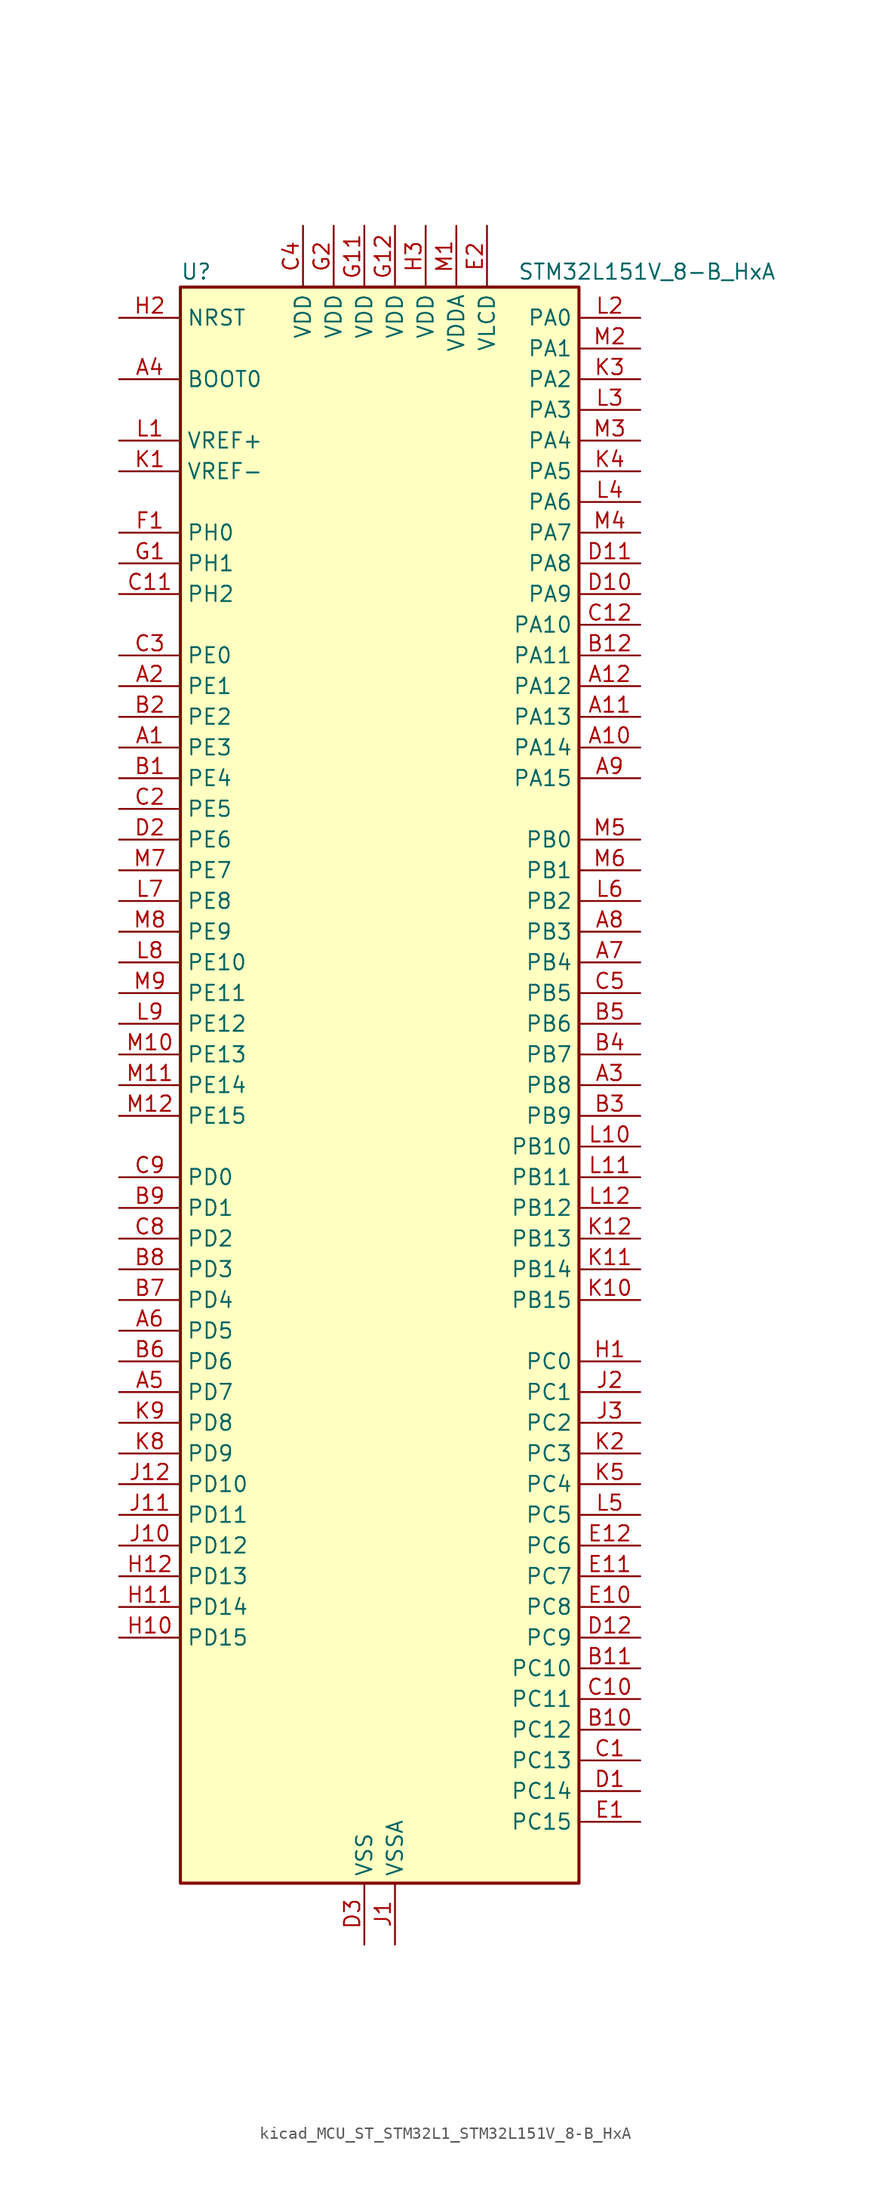
<source format=kicad_sym>
(kicad_symbol_lib
  (version 20220914)
  (generator kicad_symbol_editor)
  (symbol "kicad_MCU_ST_STM32L1_STM32L151V_8-B_HxA"
    (property "Reference" "U"
      (at -15.24 67.31 0)
      (effects (font (size 1.27 1.27)) (justify left)))
    (property "Value" "STM32L151V_8-B_HxA"
      (at 12.7 67.31 0)
      (effects (font (size 1.27 1.27)) (justify left)))
    (property "ki_locked" ""
      (at 0 0 0)
      (effects (font (size 1.27 1.27))))
    (symbol "kicad_MCU_ST_STM32L1_STM32L151V_8-B_HxA_0_1"
      (rectangle (start -15.24 -66.04) (end 17.78 66.04) (stroke (width 0.254) (type default)) (fill (type background))))
    (symbol "kicad_MCU_ST_STM32L1_STM32L151V_8-B_HxA_1_1"
      (pin bidirectional line (at -20.32 27.94 0) (length 5.08) (name "PE3" (effects (font (size 1.27 1.27)))) (number "A1" (effects (font (size 1.27 1.27)))) (alternate "SYS_TRACED0" bidirectional line) (alternate "TIM3_CH1" bidirectional line) (alternate "TIMX_IC4" bidirectional line))
      (pin bidirectional line (at 22.86 27.94 180) (length 5.08) (name "PA14" (effects (font (size 1.27 1.27)))) (number "A10" (effects (font (size 1.27 1.27)))) (alternate "SYS_JTCK-SWCLK" bidirectional line) (alternate "TIMX_IC3" bidirectional line) (alternate "TS_G5_IO2" bidirectional line))
      (pin bidirectional line (at 22.86 30.48 180) (length 5.08) (name "PA13" (effects (font (size 1.27 1.27)))) (number "A11" (effects (font (size 1.27 1.27)))) (alternate "SYS_JTMS-SWDIO" bidirectional line) (alternate "TIMX_IC2" bidirectional line) (alternate "TS_G5_IO1" bidirectional line))
      (pin bidirectional line (at 22.86 33.02 180) (length 5.08) (name "PA12" (effects (font (size 1.27 1.27)))) (number "A12" (effects (font (size 1.27 1.27)))) (alternate "SPI1_MOSI" bidirectional line) (alternate "TIMX_IC1" bidirectional line) (alternate "USART1_RTS" bidirectional line) (alternate "USB_DP" bidirectional line))
      (pin bidirectional line (at -20.32 33.02 0) (length 5.08) (name "PE1" (effects (font (size 1.27 1.27)))) (number "A2" (effects (font (size 1.27 1.27)))) (alternate "TIM11_CH1" bidirectional line) (alternate "TIMX_IC2" bidirectional line))
      (pin bidirectional line (at 22.86 0 180) (length 5.08) (name "PB8" (effects (font (size 1.27 1.27)))) (number "A3" (effects (font (size 1.27 1.27)))) (alternate "I2C1_SCL" bidirectional line) (alternate "TIM10_CH1" bidirectional line) (alternate "TIM4_CH3" bidirectional line))
      (pin input line (at -20.32 58.42 0) (length 5.08) (name "BOOT0" (effects (font (size 1.27 1.27)))) (number "A4" (effects (font (size 1.27 1.27)))))
      (pin bidirectional line (at -20.32 -25.4 0) (length 5.08) (name "PD7" (effects (font (size 1.27 1.27)))) (number "A5" (effects (font (size 1.27 1.27)))) (alternate "TIM9_CH2" bidirectional line) (alternate "TIMX_IC4" bidirectional line) (alternate "USART2_CK" bidirectional line))
      (pin bidirectional line (at -20.32 -20.32 0) (length 5.08) (name "PD5" (effects (font (size 1.27 1.27)))) (number "A6" (effects (font (size 1.27 1.27)))) (alternate "TIMX_IC2" bidirectional line) (alternate "USART2_TX" bidirectional line))
      (pin bidirectional line (at 22.86 10.16 180) (length 5.08) (name "PB4" (effects (font (size 1.27 1.27)))) (number "A7" (effects (font (size 1.27 1.27)))) (alternate "COMP2_INP" bidirectional line) (alternate "SPI1_MISO" bidirectional line) (alternate "SYS_JTRST" bidirectional line) (alternate "TIM3_CH1" bidirectional line) (alternate "TS_G6_IO1" bidirectional line))
      (pin bidirectional line (at 22.86 12.7 180) (length 5.08) (name "PB3" (effects (font (size 1.27 1.27)))) (number "A8" (effects (font (size 1.27 1.27)))) (alternate "COMP2_INM" bidirectional line) (alternate "SPI1_SCK" bidirectional line) (alternate "SYS_JTDO-TRACESWO" bidirectional line) (alternate "TIM2_CH2" bidirectional line))
      (pin bidirectional line (at 22.86 25.4 180) (length 5.08) (name "PA15" (effects (font (size 1.27 1.27)))) (number "A9" (effects (font (size 1.27 1.27)))) (alternate "ADC_EXTI15" bidirectional line) (alternate "SPI1_NSS" bidirectional line) (alternate "SYS_JTDI" bidirectional line) (alternate "TIM2_CH1" bidirectional line) (alternate "TIM2_ETR" bidirectional line) (alternate "TIMX_IC4" bidirectional line) (alternate "TS_G5_IO3" bidirectional line))
      (pin bidirectional line (at -20.32 25.4 0) (length 5.08) (name "PE4" (effects (font (size 1.27 1.27)))) (number "B1" (effects (font (size 1.27 1.27)))) (alternate "SYS_TRACED1" bidirectional line) (alternate "TIM3_CH2" bidirectional line) (alternate "TIMX_IC1" bidirectional line))
      (pin bidirectional line (at 22.86 -53.34 180) (length 5.08) (name "PC12" (effects (font (size 1.27 1.27)))) (number "B10" (effects (font (size 1.27 1.27)))) (alternate "TIMX_IC1" bidirectional line) (alternate "USART3_CK" bidirectional line))
      (pin bidirectional line (at 22.86 -48.26 180) (length 5.08) (name "PC10" (effects (font (size 1.27 1.27)))) (number "B11" (effects (font (size 1.27 1.27)))) (alternate "TIMX_IC3" bidirectional line) (alternate "USART3_TX" bidirectional line))
      (pin bidirectional line (at 22.86 35.56 180) (length 5.08) (name "PA11" (effects (font (size 1.27 1.27)))) (number "B12" (effects (font (size 1.27 1.27)))) (alternate "ADC_EXTI11" bidirectional line) (alternate "SPI1_MISO" bidirectional line) (alternate "TIMX_IC4" bidirectional line) (alternate "USART1_CTS" bidirectional line) (alternate "USB_DM" bidirectional line))
      (pin bidirectional line (at -20.32 30.48 0) (length 5.08) (name "PE2" (effects (font (size 1.27 1.27)))) (number "B2" (effects (font (size 1.27 1.27)))) (alternate "SYS_TRACECK" bidirectional line) (alternate "TIM3_ETR" bidirectional line) (alternate "TIMX_IC3" bidirectional line))
      (pin bidirectional line (at 22.86 -2.54 180) (length 5.08) (name "PB9" (effects (font (size 1.27 1.27)))) (number "B3" (effects (font (size 1.27 1.27)))) (alternate "DAC_EXTI9" bidirectional line) (alternate "I2C1_SDA" bidirectional line) (alternate "TIM11_CH1" bidirectional line) (alternate "TIM4_CH4" bidirectional line))
      (pin bidirectional line (at 22.86 2.54 180) (length 5.08) (name "PB7" (effects (font (size 1.27 1.27)))) (number "B4" (effects (font (size 1.27 1.27)))) (alternate "I2C1_SDA" bidirectional line) (alternate "SYS_PVD_IN" bidirectional line) (alternate "TIM4_CH2" bidirectional line) (alternate "TS_G6_IO4" bidirectional line) (alternate "USART1_RX" bidirectional line))
      (pin bidirectional line (at 22.86 5.08 180) (length 5.08) (name "PB6" (effects (font (size 1.27 1.27)))) (number "B5" (effects (font (size 1.27 1.27)))) (alternate "I2C1_SCL" bidirectional line) (alternate "TIM4_CH1" bidirectional line) (alternate "TS_G6_IO3" bidirectional line) (alternate "USART1_TX" bidirectional line))
      (pin bidirectional line (at -20.32 -22.86 0) (length 5.08) (name "PD6" (effects (font (size 1.27 1.27)))) (number "B6" (effects (font (size 1.27 1.27)))) (alternate "TIMX_IC3" bidirectional line) (alternate "USART2_RX" bidirectional line))
      (pin bidirectional line (at -20.32 -17.78 0) (length 5.08) (name "PD4" (effects (font (size 1.27 1.27)))) (number "B7" (effects (font (size 1.27 1.27)))) (alternate "SPI2_MOSI" bidirectional line) (alternate "TIMX_IC1" bidirectional line) (alternate "USART2_RTS" bidirectional line))
      (pin bidirectional line (at -20.32 -15.24 0) (length 5.08) (name "PD3" (effects (font (size 1.27 1.27)))) (number "B8" (effects (font (size 1.27 1.27)))) (alternate "SPI2_MISO" bidirectional line) (alternate "TIMX_IC4" bidirectional line) (alternate "USART2_CTS" bidirectional line))
      (pin bidirectional line (at -20.32 -10.16 0) (length 5.08) (name "PD1" (effects (font (size 1.27 1.27)))) (number "B9" (effects (font (size 1.27 1.27)))) (alternate "SPI2_SCK" bidirectional line) (alternate "TIMX_IC2" bidirectional line))
      (pin bidirectional line (at 22.86 -55.88 180) (length 5.08) (name "PC13" (effects (font (size 1.27 1.27)))) (number "C1" (effects (font (size 1.27 1.27)))) (alternate "RTC_OUT_ALARM" bidirectional line) (alternate "RTC_OUT_CALIB" bidirectional line) (alternate "RTC_TAMP1" bidirectional line) (alternate "RTC_TS" bidirectional line) (alternate "SYS_WKUP2" bidirectional line) (alternate "TIMX_IC2" bidirectional line))
      (pin bidirectional line (at 22.86 -50.8 180) (length 5.08) (name "PC11" (effects (font (size 1.27 1.27)))) (number "C10" (effects (font (size 1.27 1.27)))) (alternate "ADC_EXTI11" bidirectional line) (alternate "TIMX_IC4" bidirectional line) (alternate "USART3_RX" bidirectional line))
      (pin bidirectional line (at -20.32 40.64 0) (length 5.08) (name "PH2" (effects (font (size 1.27 1.27)))) (number "C11" (effects (font (size 1.27 1.27)))))
      (pin bidirectional line (at 22.86 38.1 180) (length 5.08) (name "PA10" (effects (font (size 1.27 1.27)))) (number "C12" (effects (font (size 1.27 1.27)))) (alternate "TIMX_IC3" bidirectional line) (alternate "TS_G4_IO3" bidirectional line) (alternate "USART1_RX" bidirectional line))
      (pin bidirectional line (at -20.32 22.86 0) (length 5.08) (name "PE5" (effects (font (size 1.27 1.27)))) (number "C2" (effects (font (size 1.27 1.27)))) (alternate "SYS_TRACED2" bidirectional line) (alternate "TIM9_CH1" bidirectional line) (alternate "TIMX_IC2" bidirectional line))
      (pin bidirectional line (at -20.32 35.56 0) (length 5.08) (name "PE0" (effects (font (size 1.27 1.27)))) (number "C3" (effects (font (size 1.27 1.27)))) (alternate "TIM10_CH1" bidirectional line) (alternate "TIM4_ETR" bidirectional line) (alternate "TIMX_IC1" bidirectional line))
      (pin power_in line (at -5.08 71.12 270) (length 5.08) (name "VDD" (effects (font (size 1.27 1.27)))) (number "C4" (effects (font (size 1.27 1.27)))))
      (pin bidirectional line (at 22.86 7.62 180) (length 5.08) (name "PB5" (effects (font (size 1.27 1.27)))) (number "C5" (effects (font (size 1.27 1.27)))) (alternate "COMP2_INP" bidirectional line) (alternate "I2C1_SMBA" bidirectional line) (alternate "SPI1_MOSI" bidirectional line) (alternate "TIM3_CH2" bidirectional line) (alternate "TS_G6_IO2" bidirectional line))
      (pin bidirectional line (at -20.32 -12.7 0) (length 5.08) (name "PD2" (effects (font (size 1.27 1.27)))) (number "C8" (effects (font (size 1.27 1.27)))) (alternate "TIM3_ETR" bidirectional line) (alternate "TIMX_IC3" bidirectional line))
      (pin bidirectional line (at -20.32 -7.62 0) (length 5.08) (name "PD0" (effects (font (size 1.27 1.27)))) (number "C9" (effects (font (size 1.27 1.27)))) (alternate "SPI2_NSS" bidirectional line) (alternate "TIM9_CH1" bidirectional line) (alternate "TIMX_IC1" bidirectional line))
      (pin bidirectional line (at 22.86 -58.42 180) (length 5.08) (name "PC14" (effects (font (size 1.27 1.27)))) (number "D1" (effects (font (size 1.27 1.27)))) (alternate "RCC_OSC32_IN" bidirectional line) (alternate "TIMX_IC3" bidirectional line))
      (pin bidirectional line (at 22.86 40.64 180) (length 5.08) (name "PA9" (effects (font (size 1.27 1.27)))) (number "D10" (effects (font (size 1.27 1.27)))) (alternate "DAC_EXTI9" bidirectional line) (alternate "TIMX_IC2" bidirectional line) (alternate "TS_G4_IO2" bidirectional line) (alternate "USART1_TX" bidirectional line))
      (pin bidirectional line (at 22.86 43.18 180) (length 5.08) (name "PA8" (effects (font (size 1.27 1.27)))) (number "D11" (effects (font (size 1.27 1.27)))) (alternate "RCC_MCO" bidirectional line) (alternate "TIMX_IC1" bidirectional line) (alternate "TS_G4_IO1" bidirectional line) (alternate "USART1_CK" bidirectional line))
      (pin bidirectional line (at 22.86 -45.72 180) (length 5.08) (name "PC9" (effects (font (size 1.27 1.27)))) (number "D12" (effects (font (size 1.27 1.27)))) (alternate "DAC_EXTI9" bidirectional line) (alternate "TIM3_CH4" bidirectional line) (alternate "TIMX_IC2" bidirectional line) (alternate "TS_G10_IO4" bidirectional line))
      (pin bidirectional line (at -20.32 20.32 0) (length 5.08) (name "PE6" (effects (font (size 1.27 1.27)))) (number "D2" (effects (font (size 1.27 1.27)))) (alternate "RTC_TAMP3" bidirectional line) (alternate "SYS_TRACED3" bidirectional line) (alternate "SYS_WKUP3" bidirectional line) (alternate "TIM9_CH2" bidirectional line) (alternate "TIMX_IC3" bidirectional line))
      (pin power_in line (at 0 -71.12 90) (length 5.08) (name "VSS" (effects (font (size 1.27 1.27)))) (number "D3" (effects (font (size 1.27 1.27)))))
      (pin bidirectional line (at 22.86 -60.96 180) (length 5.08) (name "PC15" (effects (font (size 1.27 1.27)))) (number "E1" (effects (font (size 1.27 1.27)))) (alternate "ADC_EXTI15" bidirectional line) (alternate "RCC_OSC32_OUT" bidirectional line) (alternate "TIMX_IC4" bidirectional line))
      (pin bidirectional line (at 22.86 -43.18 180) (length 5.08) (name "PC8" (effects (font (size 1.27 1.27)))) (number "E10" (effects (font (size 1.27 1.27)))) (alternate "TIM3_CH3" bidirectional line) (alternate "TIMX_IC1" bidirectional line) (alternate "TS_G10_IO3" bidirectional line))
      (pin bidirectional line (at 22.86 -40.64 180) (length 5.08) (name "PC7" (effects (font (size 1.27 1.27)))) (number "E11" (effects (font (size 1.27 1.27)))) (alternate "TIM3_CH2" bidirectional line) (alternate "TIMX_IC4" bidirectional line) (alternate "TS_G10_IO2" bidirectional line))
      (pin bidirectional line (at 22.86 -38.1 180) (length 5.08) (name "PC6" (effects (font (size 1.27 1.27)))) (number "E12" (effects (font (size 1.27 1.27)))) (alternate "TIM3_CH1" bidirectional line) (alternate "TIMX_IC3" bidirectional line) (alternate "TS_G10_IO1" bidirectional line))
      (pin power_in line (at 10.16 71.12 270) (length 5.08) (name "VLCD" (effects (font (size 1.27 1.27)))) (number "E2" (effects (font (size 1.27 1.27)))))
      (pin passive line (at 0 -71.12 90) (length 5.08) hide (name "VSS" (effects (font (size 1.27 1.27)))) (number "E3" (effects (font (size 1.27 1.27)))))
      (pin bidirectional line (at -20.32 45.72 0) (length 5.08) (name "PH0" (effects (font (size 1.27 1.27)))) (number "F1" (effects (font (size 1.27 1.27)))) (alternate "RCC_OSC_IN" bidirectional line))
      (pin passive line (at 0 -71.12 90) (length 5.08) hide (name "VSS" (effects (font (size 1.27 1.27)))) (number "F11" (effects (font (size 1.27 1.27)))))
      (pin passive line (at 0 -71.12 90) (length 5.08) hide (name "VSS" (effects (font (size 1.27 1.27)))) (number "F12" (effects (font (size 1.27 1.27)))))
      (pin passive line (at 0 -71.12 90) (length 5.08) hide (name "VSS" (effects (font (size 1.27 1.27)))) (number "F2" (effects (font (size 1.27 1.27)))))
      (pin bidirectional line (at -20.32 43.18 0) (length 5.08) (name "PH1" (effects (font (size 1.27 1.27)))) (number "G1" (effects (font (size 1.27 1.27)))) (alternate "RCC_OSC_OUT" bidirectional line))
      (pin power_in line (at 0 71.12 270) (length 5.08) (name "VDD" (effects (font (size 1.27 1.27)))) (number "G11" (effects (font (size 1.27 1.27)))))
      (pin power_in line (at 2.54 71.12 270) (length 5.08) (name "VDD" (effects (font (size 1.27 1.27)))) (number "G12" (effects (font (size 1.27 1.27)))))
      (pin power_in line (at -2.54 71.12 270) (length 5.08) (name "VDD" (effects (font (size 1.27 1.27)))) (number "G2" (effects (font (size 1.27 1.27)))))
      (pin bidirectional line (at 22.86 -22.86 180) (length 5.08) (name "PC0" (effects (font (size 1.27 1.27)))) (number "H1" (effects (font (size 1.27 1.27)))) (alternate "ADC_IN10" bidirectional line) (alternate "COMP1_INP" bidirectional line) (alternate "TIMX_IC1" bidirectional line) (alternate "TS_G8_IO1" bidirectional line))
      (pin bidirectional line (at -20.32 -45.72 0) (length 5.08) (name "PD15" (effects (font (size 1.27 1.27)))) (number "H10" (effects (font (size 1.27 1.27)))) (alternate "ADC_EXTI15" bidirectional line) (alternate "TIM4_CH4" bidirectional line) (alternate "TIMX_IC4" bidirectional line))
      (pin bidirectional line (at -20.32 -43.18 0) (length 5.08) (name "PD14" (effects (font (size 1.27 1.27)))) (number "H11" (effects (font (size 1.27 1.27)))) (alternate "TIM4_CH3" bidirectional line) (alternate "TIMX_IC3" bidirectional line))
      (pin bidirectional line (at -20.32 -40.64 0) (length 5.08) (name "PD13" (effects (font (size 1.27 1.27)))) (number "H12" (effects (font (size 1.27 1.27)))) (alternate "TIM4_CH2" bidirectional line) (alternate "TIMX_IC2" bidirectional line))
      (pin input line (at -20.32 63.5 0) (length 5.08) (name "NRST" (effects (font (size 1.27 1.27)))) (number "H2" (effects (font (size 1.27 1.27)))))
      (pin power_in line (at 5.08 71.12 270) (length 5.08) (name "VDD" (effects (font (size 1.27 1.27)))) (number "H3" (effects (font (size 1.27 1.27)))))
      (pin power_in line (at 2.54 -71.12 90) (length 5.08) (name "VSSA" (effects (font (size 1.27 1.27)))) (number "J1" (effects (font (size 1.27 1.27)))))
      (pin bidirectional line (at -20.32 -38.1 0) (length 5.08) (name "PD12" (effects (font (size 1.27 1.27)))) (number "J10" (effects (font (size 1.27 1.27)))) (alternate "TIM4_CH1" bidirectional line) (alternate "TIMX_IC1" bidirectional line) (alternate "USART3_RTS" bidirectional line))
      (pin bidirectional line (at -20.32 -35.56 0) (length 5.08) (name "PD11" (effects (font (size 1.27 1.27)))) (number "J11" (effects (font (size 1.27 1.27)))) (alternate "ADC_EXTI11" bidirectional line) (alternate "TIMX_IC4" bidirectional line) (alternate "USART3_CTS" bidirectional line))
      (pin bidirectional line (at -20.32 -33.02 0) (length 5.08) (name "PD10" (effects (font (size 1.27 1.27)))) (number "J12" (effects (font (size 1.27 1.27)))) (alternate "TIMX_IC3" bidirectional line) (alternate "USART3_CK" bidirectional line))
      (pin bidirectional line (at 22.86 -25.4 180) (length 5.08) (name "PC1" (effects (font (size 1.27 1.27)))) (number "J2" (effects (font (size 1.27 1.27)))) (alternate "ADC_IN11" bidirectional line) (alternate "COMP1_INP" bidirectional line) (alternate "TIMX_IC2" bidirectional line) (alternate "TS_G8_IO2" bidirectional line))
      (pin bidirectional line (at 22.86 -27.94 180) (length 5.08) (name "PC2" (effects (font (size 1.27 1.27)))) (number "J3" (effects (font (size 1.27 1.27)))) (alternate "ADC_IN12" bidirectional line) (alternate "COMP1_INP" bidirectional line) (alternate "TIMX_IC3" bidirectional line) (alternate "TS_G8_IO3" bidirectional line))
      (pin input line (at -20.32 50.8 0) (length 5.08) (name "VREF-" (effects (font (size 1.27 1.27)))) (number "K1" (effects (font (size 1.27 1.27)))))
      (pin bidirectional line (at 22.86 -17.78 180) (length 5.08) (name "PB15" (effects (font (size 1.27 1.27)))) (number "K10" (effects (font (size 1.27 1.27)))) (alternate "ADC_EXTI15" bidirectional line) (alternate "ADC_IN21" bidirectional line) (alternate "COMP1_INP" bidirectional line) (alternate "RTC_REFIN" bidirectional line) (alternate "SPI2_MOSI" bidirectional line) (alternate "TIM11_CH1" bidirectional line) (alternate "TS_G7_IO4" bidirectional line))
      (pin bidirectional line (at 22.86 -15.24 180) (length 5.08) (name "PB14" (effects (font (size 1.27 1.27)))) (number "K11" (effects (font (size 1.27 1.27)))) (alternate "ADC_IN20" bidirectional line) (alternate "COMP1_INP" bidirectional line) (alternate "SPI2_MISO" bidirectional line) (alternate "TIM9_CH2" bidirectional line) (alternate "TS_G7_IO3" bidirectional line) (alternate "USART3_RTS" bidirectional line))
      (pin bidirectional line (at 22.86 -12.7 180) (length 5.08) (name "PB13" (effects (font (size 1.27 1.27)))) (number "K12" (effects (font (size 1.27 1.27)))) (alternate "ADC_IN19" bidirectional line) (alternate "COMP1_INP" bidirectional line) (alternate "SPI2_SCK" bidirectional line) (alternate "TIM9_CH1" bidirectional line) (alternate "TS_G7_IO2" bidirectional line) (alternate "USART3_CTS" bidirectional line))
      (pin bidirectional line (at 22.86 -30.48 180) (length 5.08) (name "PC3" (effects (font (size 1.27 1.27)))) (number "K2" (effects (font (size 1.27 1.27)))) (alternate "ADC_IN13" bidirectional line) (alternate "COMP1_INP" bidirectional line) (alternate "TIMX_IC4" bidirectional line) (alternate "TS_G8_IO4" bidirectional line))
      (pin bidirectional line (at 22.86 58.42 180) (length 5.08) (name "PA2" (effects (font (size 1.27 1.27)))) (number "K3" (effects (font (size 1.27 1.27)))) (alternate "ADC_IN2" bidirectional line) (alternate "COMP1_INP" bidirectional line) (alternate "TIM2_CH3" bidirectional line) (alternate "TIM9_CH1" bidirectional line) (alternate "TIMX_IC3" bidirectional line) (alternate "TS_G1_IO3" bidirectional line) (alternate "USART2_TX" bidirectional line))
      (pin bidirectional line (at 22.86 50.8 180) (length 5.08) (name "PA5" (effects (font (size 1.27 1.27)))) (number "K4" (effects (font (size 1.27 1.27)))) (alternate "ADC_IN5" bidirectional line) (alternate "COMP1_INP" bidirectional line) (alternate "DAC_OUT2" bidirectional line) (alternate "SPI1_SCK" bidirectional line) (alternate "TIM2_CH1" bidirectional line) (alternate "TIM2_ETR" bidirectional line) (alternate "TIMX_IC2" bidirectional line))
      (pin bidirectional line (at 22.86 -33.02 180) (length 5.08) (name "PC4" (effects (font (size 1.27 1.27)))) (number "K5" (effects (font (size 1.27 1.27)))) (alternate "ADC_IN14" bidirectional line) (alternate "COMP1_INP" bidirectional line) (alternate "TIMX_IC1" bidirectional line) (alternate "TS_G9_IO1" bidirectional line))
      (pin bidirectional line (at -20.32 -30.48 0) (length 5.08) (name "PD9" (effects (font (size 1.27 1.27)))) (number "K8" (effects (font (size 1.27 1.27)))) (alternate "DAC_EXTI9" bidirectional line) (alternate "TIMX_IC2" bidirectional line) (alternate "USART3_RX" bidirectional line))
      (pin bidirectional line (at -20.32 -27.94 0) (length 5.08) (name "PD8" (effects (font (size 1.27 1.27)))) (number "K9" (effects (font (size 1.27 1.27)))) (alternate "TIMX_IC1" bidirectional line) (alternate "USART3_TX" bidirectional line))
      (pin input line (at -20.32 53.34 0) (length 5.08) (name "VREF+" (effects (font (size 1.27 1.27)))) (number "L1" (effects (font (size 1.27 1.27)))))
      (pin bidirectional line (at 22.86 -5.08 180) (length 5.08) (name "PB10" (effects (font (size 1.27 1.27)))) (number "L10" (effects (font (size 1.27 1.27)))) (alternate "I2C2_SCL" bidirectional line) (alternate "TIM2_CH3" bidirectional line) (alternate "USART3_TX" bidirectional line))
      (pin bidirectional line (at 22.86 -7.62 180) (length 5.08) (name "PB11" (effects (font (size 1.27 1.27)))) (number "L11" (effects (font (size 1.27 1.27)))) (alternate "ADC_EXTI11" bidirectional line) (alternate "I2C2_SDA" bidirectional line) (alternate "TIM2_CH4" bidirectional line) (alternate "USART3_RX" bidirectional line))
      (pin bidirectional line (at 22.86 -10.16 180) (length 5.08) (name "PB12" (effects (font (size 1.27 1.27)))) (number "L12" (effects (font (size 1.27 1.27)))) (alternate "ADC_IN18" bidirectional line) (alternate "COMP1_INP" bidirectional line) (alternate "I2C2_SMBA" bidirectional line) (alternate "SPI2_NSS" bidirectional line) (alternate "TIM10_CH1" bidirectional line) (alternate "TS_G7_IO1" bidirectional line) (alternate "USART3_CK" bidirectional line))
      (pin bidirectional line (at 22.86 63.5 180) (length 5.08) (name "PA0" (effects (font (size 1.27 1.27)))) (number "L2" (effects (font (size 1.27 1.27)))) (alternate "ADC_IN0" bidirectional line) (alternate "COMP1_INP" bidirectional line) (alternate "RTC_TAMP2" bidirectional line) (alternate "SYS_WKUP1" bidirectional line) (alternate "TIM2_CH1" bidirectional line) (alternate "TIM2_ETR" bidirectional line) (alternate "TIMX_IC1" bidirectional line) (alternate "TS_G1_IO1" bidirectional line) (alternate "USART2_CTS" bidirectional line))
      (pin bidirectional line (at 22.86 55.88 180) (length 5.08) (name "PA3" (effects (font (size 1.27 1.27)))) (number "L3" (effects (font (size 1.27 1.27)))) (alternate "ADC_IN3" bidirectional line) (alternate "COMP1_INP" bidirectional line) (alternate "TIM2_CH4" bidirectional line) (alternate "TIM9_CH2" bidirectional line) (alternate "TIMX_IC4" bidirectional line) (alternate "TS_G1_IO4" bidirectional line) (alternate "USART2_RX" bidirectional line))
      (pin bidirectional line (at 22.86 48.26 180) (length 5.08) (name "PA6" (effects (font (size 1.27 1.27)))) (number "L4" (effects (font (size 1.27 1.27)))) (alternate "ADC_IN6" bidirectional line) (alternate "COMP1_INP" bidirectional line) (alternate "SPI1_MISO" bidirectional line) (alternate "TIM10_CH1" bidirectional line) (alternate "TIM3_CH1" bidirectional line) (alternate "TIMX_IC3" bidirectional line) (alternate "TS_G2_IO1" bidirectional line))
      (pin bidirectional line (at 22.86 -35.56 180) (length 5.08) (name "PC5" (effects (font (size 1.27 1.27)))) (number "L5" (effects (font (size 1.27 1.27)))) (alternate "ADC_IN15" bidirectional line) (alternate "COMP1_INP" bidirectional line) (alternate "TIMX_IC2" bidirectional line) (alternate "TS_G9_IO2" bidirectional line))
      (pin bidirectional line (at 22.86 15.24 180) (length 5.08) (name "PB2" (effects (font (size 1.27 1.27)))) (number "L6" (effects (font (size 1.27 1.27)))) (alternate "TS_G3_IO3" bidirectional line))
      (pin bidirectional line (at -20.32 15.24 0) (length 5.08) (name "PE8" (effects (font (size 1.27 1.27)))) (number "L7" (effects (font (size 1.27 1.27)))) (alternate "ADC_IN23" bidirectional line) (alternate "COMP1_INP" bidirectional line) (alternate "TIMX_IC1" bidirectional line))
      (pin bidirectional line (at -20.32 10.16 0) (length 5.08) (name "PE10" (effects (font (size 1.27 1.27)))) (number "L8" (effects (font (size 1.27 1.27)))) (alternate "ADC_IN25" bidirectional line) (alternate "COMP1_INP" bidirectional line) (alternate "TIM2_CH2" bidirectional line) (alternate "TIMX_IC3" bidirectional line))
      (pin bidirectional line (at -20.32 5.08 0) (length 5.08) (name "PE12" (effects (font (size 1.27 1.27)))) (number "L9" (effects (font (size 1.27 1.27)))) (alternate "SPI1_NSS" bidirectional line) (alternate "TIM2_CH4" bidirectional line) (alternate "TIMX_IC1" bidirectional line))
      (pin power_in line (at 7.62 71.12 270) (length 5.08) (name "VDDA" (effects (font (size 1.27 1.27)))) (number "M1" (effects (font (size 1.27 1.27)))))
      (pin bidirectional line (at -20.32 2.54 0) (length 5.08) (name "PE13" (effects (font (size 1.27 1.27)))) (number "M10" (effects (font (size 1.27 1.27)))) (alternate "SPI1_SCK" bidirectional line) (alternate "TIMX_IC2" bidirectional line))
      (pin bidirectional line (at -20.32 0 0) (length 5.08) (name "PE14" (effects (font (size 1.27 1.27)))) (number "M11" (effects (font (size 1.27 1.27)))) (alternate "SPI1_MISO" bidirectional line) (alternate "TIMX_IC3" bidirectional line))
      (pin bidirectional line (at -20.32 -2.54 0) (length 5.08) (name "PE15" (effects (font (size 1.27 1.27)))) (number "M12" (effects (font (size 1.27 1.27)))) (alternate "ADC_EXTI15" bidirectional line) (alternate "SPI1_MOSI" bidirectional line) (alternate "TIMX_IC4" bidirectional line))
      (pin bidirectional line (at 22.86 60.96 180) (length 5.08) (name "PA1" (effects (font (size 1.27 1.27)))) (number "M2" (effects (font (size 1.27 1.27)))) (alternate "ADC_IN1" bidirectional line) (alternate "COMP1_INP" bidirectional line) (alternate "TIM2_CH2" bidirectional line) (alternate "TIMX_IC2" bidirectional line) (alternate "TS_G1_IO2" bidirectional line) (alternate "USART2_RTS" bidirectional line))
      (pin bidirectional line (at 22.86 53.34 180) (length 5.08) (name "PA4" (effects (font (size 1.27 1.27)))) (number "M3" (effects (font (size 1.27 1.27)))) (alternate "ADC_IN4" bidirectional line) (alternate "COMP1_INP" bidirectional line) (alternate "DAC_OUT1" bidirectional line) (alternate "SPI1_NSS" bidirectional line) (alternate "TIMX_IC1" bidirectional line) (alternate "USART2_CK" bidirectional line))
      (pin bidirectional line (at 22.86 45.72 180) (length 5.08) (name "PA7" (effects (font (size 1.27 1.27)))) (number "M4" (effects (font (size 1.27 1.27)))) (alternate "ADC_IN7" bidirectional line) (alternate "COMP1_INP" bidirectional line) (alternate "SPI1_MOSI" bidirectional line) (alternate "TIM11_CH1" bidirectional line) (alternate "TIM3_CH2" bidirectional line) (alternate "TIMX_IC4" bidirectional line) (alternate "TS_G2_IO2" bidirectional line))
      (pin bidirectional line (at 22.86 20.32 180) (length 5.08) (name "PB0" (effects (font (size 1.27 1.27)))) (number "M5" (effects (font (size 1.27 1.27)))) (alternate "ADC_IN8" bidirectional line) (alternate "COMP1_INP" bidirectional line) (alternate "SYS_V_REF_OUT" bidirectional line) (alternate "TIM3_CH3" bidirectional line) (alternate "TS_G3_IO1" bidirectional line))
      (pin bidirectional line (at 22.86 17.78 180) (length 5.08) (name "PB1" (effects (font (size 1.27 1.27)))) (number "M6" (effects (font (size 1.27 1.27)))) (alternate "ADC_IN9" bidirectional line) (alternate "COMP1_INP" bidirectional line) (alternate "SYS_V_REF_OUT" bidirectional line) (alternate "TIM3_CH4" bidirectional line) (alternate "TS_G3_IO2" bidirectional line))
      (pin bidirectional line (at -20.32 17.78 0) (length 5.08) (name "PE7" (effects (font (size 1.27 1.27)))) (number "M7" (effects (font (size 1.27 1.27)))) (alternate "ADC_IN22" bidirectional line) (alternate "COMP1_INP" bidirectional line) (alternate "TIMX_IC4" bidirectional line))
      (pin bidirectional line (at -20.32 12.7 0) (length 5.08) (name "PE9" (effects (font (size 1.27 1.27)))) (number "M8" (effects (font (size 1.27 1.27)))) (alternate "ADC_IN24" bidirectional line) (alternate "COMP1_INP" bidirectional line) (alternate "DAC_EXTI9" bidirectional line) (alternate "TIM2_CH1" bidirectional line) (alternate "TIM2_ETR" bidirectional line) (alternate "TIMX_IC2" bidirectional line))
      (pin bidirectional line (at -20.32 7.62 0) (length 5.08) (name "PE11" (effects (font (size 1.27 1.27)))) (number "M9" (effects (font (size 1.27 1.27)))) (alternate "ADC_EXTI11" bidirectional line) (alternate "TIM2_CH3" bidirectional line) (alternate "TIMX_IC4" bidirectional line)))))
</source>
